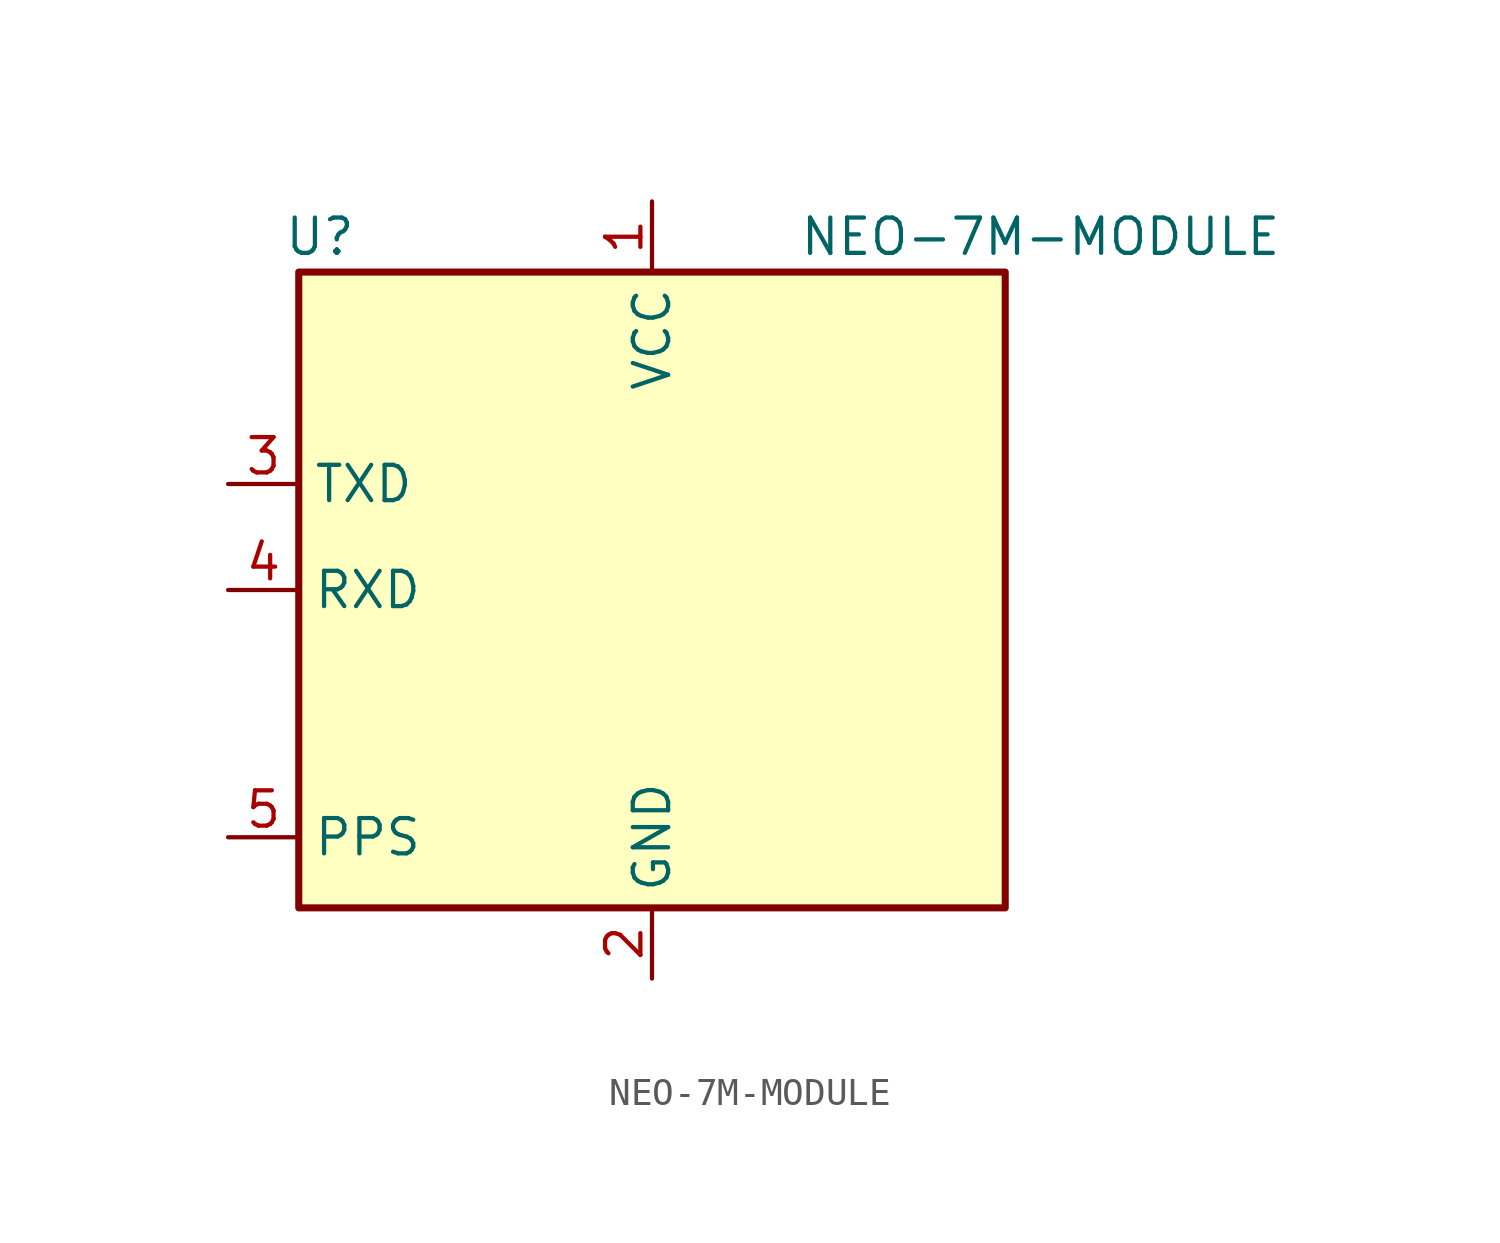
<source format=kicad_sym>
(kicad_symbol_lib
  (version 20231120)
  (generator "kicad_symbol_editor")
  (generator_version "8.0")
  (symbol "NEO-7M-MODULE"
    (property "Reference" "U"
      (at -11.938 24.13 0)
      (effects (font (size 1.27 1.27))))
    (property "Value" "NEO-7M-MODULE"
      (at 13.97 24.13 0)
      (effects (font (size 1.27 1.27))))
    (symbol "NEO-7M-MODULE_0_1"
      (rectangle (start -12.7 22.86) (end 12.7 0) (stroke (width 0.254) (type default)) (fill (type background))))
    (symbol "NEO-7M-MODULE_1_1"
      (pin power_in line (at 0 25.4 270) (length 2.54) (name "VCC" (effects (font (size 1.27 1.27)))) (number "1" (effects (font (size 1.27 1.27)))))
      (pin power_in line (at 0 -2.54 90) (length 2.54) (name "GND" (effects (font (size 1.27 1.27)))) (number "2" (effects (font (size 1.27 1.27)))))
      (pin output line (at -15.24 15.24 0) (length 2.54) (name "TXD" (effects (font (size 1.27 1.27)))) (number "3" (effects (font (size 1.27 1.27)))))
      (pin input line (at -15.24 11.43 0) (length 2.54) (name "RXD" (effects (font (size 1.27 1.27)))) (number "4" (effects (font (size 1.27 1.27)))))
      (pin input line (at -15.24 2.54 0) (length 2.54) (name "PPS" (effects (font (size 1.27 1.27)))) (number "5" (effects (font (size 1.27 1.27))))))))
</source>
